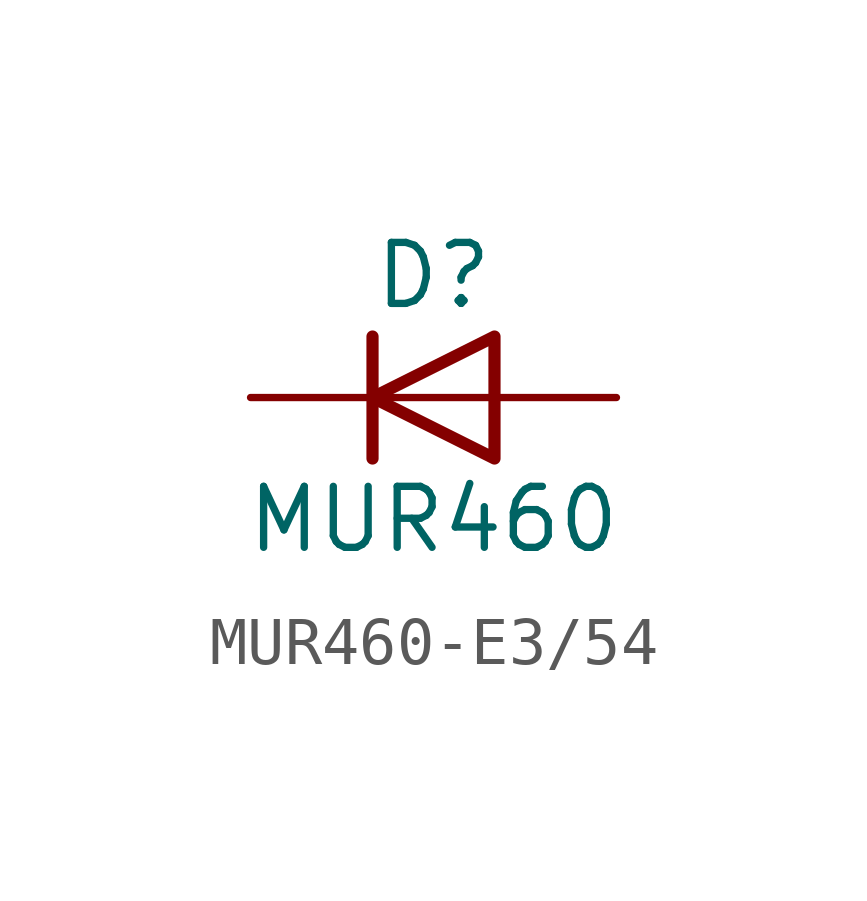
<source format=kicad_sym>
(kicad_symbol_lib
  (version 20231120)
  (generator "kicad_symbol_editor")
  (generator_version "8.0")
  (symbol "MUR460-E3/54"
    (pin_numbers hide)
    (pin_names
      (offset 1.016) hide)
    (property "Reference" "D"
      (at 0 2.54 0)
      (effects (font (size 1.27 1.27))))
    (property "Value" "MUR460"
      (at 0 -2.54 0)
      (effects (font (size 1.27 1.27))))
    (symbol "MUR460-E3/54_0_0"
      (polyline (pts (xy -1.27 0) (xy 1.27 0)) (stroke (width 0.152) (type default)) (fill (type none))))
    (symbol "MUR460-E3/54_0_1"
      (polyline (pts (xy -1.27 1.27) (xy -1.27 -1.27)) (stroke (width 0.254) (type default)) (fill (type none)))
      (polyline (pts (xy 1.27 1.27) (xy 1.27 -1.27) (xy -1.27 0) (xy 1.27 1.27)) (stroke (width 0.254) (type default)) (fill (type none))))
    (symbol "MUR460-E3/54_1_1"
      (pin passive line (at -3.81 0 0) (length 2.54) (name "C" (effects (font (size 1.27 1.27)))) (number "1" (effects (font (size 1.27 1.27)))))
      (pin passive line (at 3.81 0 180) (length 2.54) (name "A" (effects (font (size 1.27 1.27)))) (number "2" (effects (font (size 1.27 1.27))))))))
</source>
